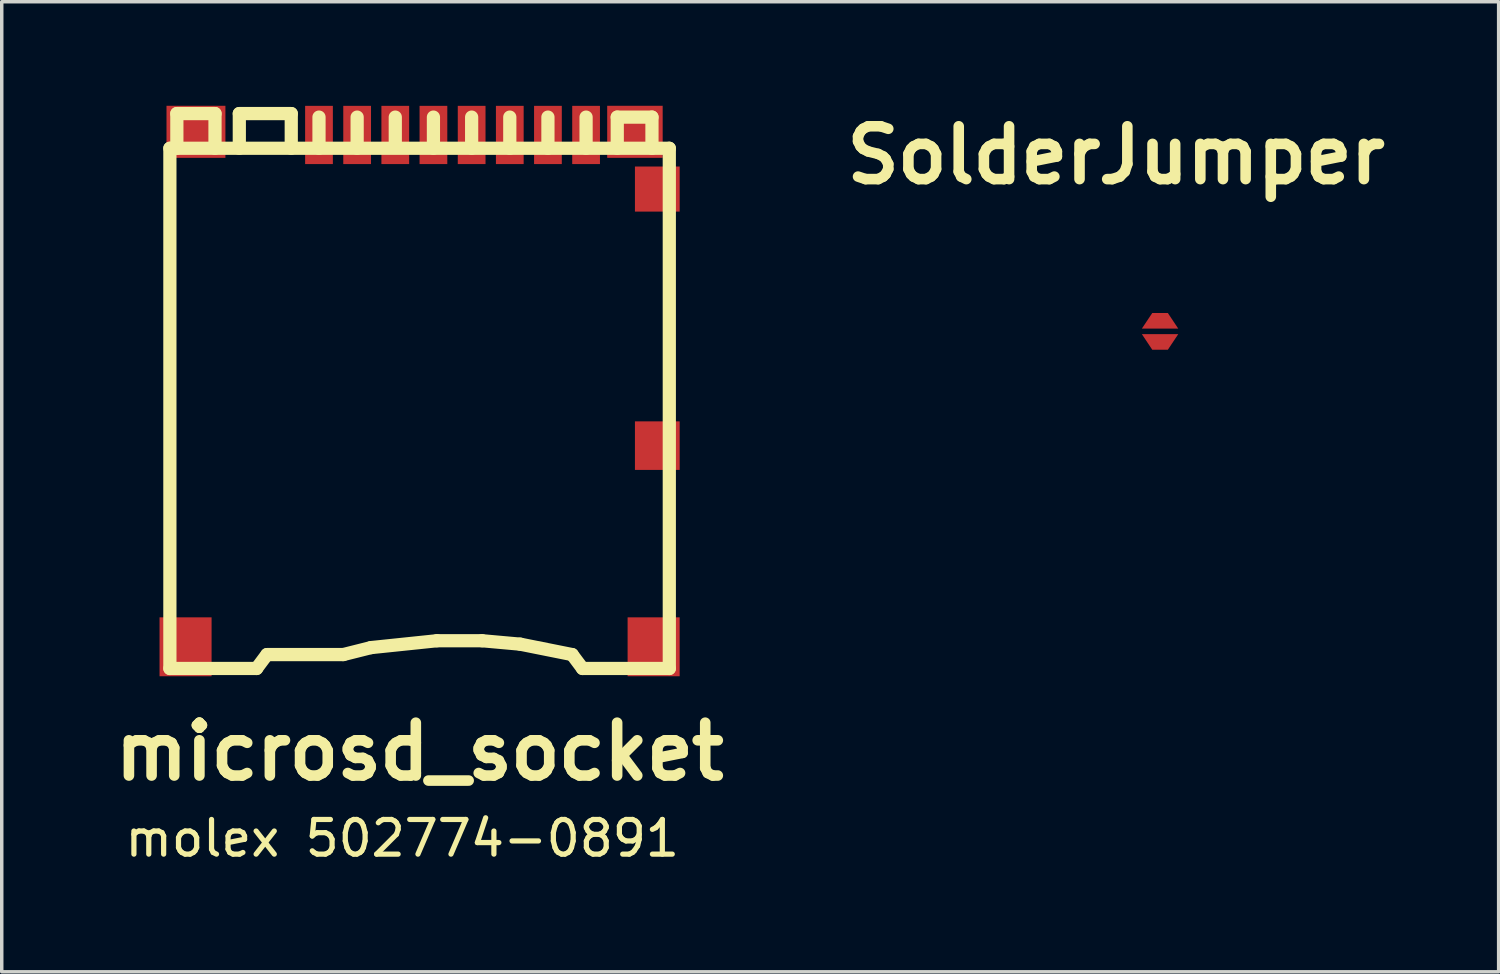
<source format=kicad_pcb>
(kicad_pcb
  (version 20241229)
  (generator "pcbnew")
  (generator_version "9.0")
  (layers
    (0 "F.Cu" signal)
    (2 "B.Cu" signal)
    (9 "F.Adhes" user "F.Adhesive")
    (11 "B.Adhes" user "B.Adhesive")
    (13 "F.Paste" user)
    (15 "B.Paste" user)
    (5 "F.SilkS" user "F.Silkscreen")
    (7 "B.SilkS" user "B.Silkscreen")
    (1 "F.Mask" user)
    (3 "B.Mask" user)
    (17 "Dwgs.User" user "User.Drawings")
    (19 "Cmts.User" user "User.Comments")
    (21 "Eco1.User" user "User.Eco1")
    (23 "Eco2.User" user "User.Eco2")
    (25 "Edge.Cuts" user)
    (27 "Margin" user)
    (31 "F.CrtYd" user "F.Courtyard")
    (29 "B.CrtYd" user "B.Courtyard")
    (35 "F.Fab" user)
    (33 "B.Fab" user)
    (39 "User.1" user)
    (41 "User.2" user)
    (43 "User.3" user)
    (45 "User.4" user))
  (footprint "SolderJumper"
    (layer "F.Cu")
    (at 30.403 6.506)
    (property "Reference" "SolderJumper" (at -1.27 -5.08 0) (layer "F.SilkS") (effects (font (size 1.524 1.524) (thickness 0.305))))
    (attr through_hole)
    (fp_line (start -0.356 0) (end 0.356 0) (stroke (width 0.381) (type solid)) (layer "F.Mask"))
    (pad "1" smd trapezoid (at 0 -0.305) (size 0.749 0.45) (rect_delta 0 0.3) (layers "F.Cu" "F.Mask" "F.Paste"))
    (pad "2" smd trapezoid (at 0 0.305) (size 0.749 0.45) (rect_delta 0 -0.3) (layers "F.Cu" "F.Mask" "F.Paste")))
  (footprint "microsd_socket"
    (layer "F.Cu")
    (at 9.05 8.226)
    (property "Reference" "microsd_socket" (at 0 10.399 0) (layer "F.SilkS") (effects (font (size 1.524 1.524) (thickness 0.305))))
    (attr through_hole)
    (fp_line (start -7.201 -7) (end -7.201 8.001) (stroke (width 0.381) (type solid)) (layer "F.SilkS"))
    (fp_line (start -7 -7) (end -7 -8.001) (stroke (width 0.381) (type solid)) (layer "F.SilkS"))
    (fp_line (start -5.9 -8.001) (end -7 -8.001) (stroke (width 0.381) (type solid)) (layer "F.SilkS"))
    (fp_line (start -5.9 -8.001) (end -5.9 -7) (stroke (width 0.381) (type solid)) (layer "F.SilkS"))
    (fp_line (start -5.199 -8.001) (end -5.199 -7) (stroke (width 0.381) (type solid)) (layer "F.SilkS"))
    (fp_line (start -4.699 8.001) (end -7.201 8.001) (stroke (width 0.381) (type solid)) (layer "F.SilkS"))
    (fp_line (start -4.402 7.6) (end -4.702 8.001) (stroke (width 0.381) (type solid)) (layer "F.SilkS"))
    (fp_line (start -3.701 -8.001) (end -5.199 -8.001) (stroke (width 0.381) (type solid)) (layer "F.SilkS"))
    (fp_line (start -3.701 -7) (end -3.701 -8.001) (stroke (width 0.381) (type solid)) (layer "F.SilkS"))
    (fp_line (start -2.901 -7) (end -2.901 -7.899) (stroke (width 0.381) (type solid)) (layer "F.SilkS"))
    (fp_line (start -2.2 7.6) (end -4.399 7.6) (stroke (width 0.381) (type solid)) (layer "F.SilkS"))
    (fp_line (start -2.2 7.6) (end -1.4 7.399) (stroke (width 0.381) (type solid)) (layer "F.SilkS"))
    (fp_line (start -1.801 -7.899) (end -1.801 -7) (stroke (width 0.381) (type solid)) (layer "F.SilkS"))
    (fp_line (start -1.4 7.399) (end 0.5 7.201) (stroke (width 0.381) (type solid)) (layer "F.SilkS"))
    (fp_line (start -0.701 -7.899) (end -0.701 -7.099) (stroke (width 0.381) (type solid)) (layer "F.SilkS"))
    (fp_line (start 0.399 -7.899) (end 0.399 -7) (stroke (width 0.381) (type solid)) (layer "F.SilkS"))
    (fp_line (start 0.5 7.201) (end 1.801 7.201) (stroke (width 0.381) (type solid)) (layer "F.SilkS"))
    (fp_line (start 1.501 -7.899) (end 1.501 -7) (stroke (width 0.381) (type solid)) (layer "F.SilkS"))
    (fp_line (start 1.801 7.201) (end 2.901 7.3) (stroke (width 0.381) (type solid)) (layer "F.SilkS"))
    (fp_line (start 2.601 -7.899) (end 2.601 -7) (stroke (width 0.381) (type solid)) (layer "F.SilkS"))
    (fp_line (start 2.901 7.3) (end 4.399 7.6) (stroke (width 0.381) (type solid)) (layer "F.SilkS"))
    (fp_line (start 3.701 -7.899) (end 3.701 -7) (stroke (width 0.381) (type solid)) (layer "F.SilkS"))
    (fp_line (start 4.699 8.001) (end 4.399 7.6) (stroke (width 0.381) (type solid)) (layer "F.SilkS"))
    (fp_line (start 4.699 8.001) (end 7.201 8.001) (stroke (width 0.381) (type solid)) (layer "F.SilkS"))
    (fp_line (start 4.801 -7.899) (end 4.801 -7) (stroke (width 0.381) (type solid)) (layer "F.SilkS"))
    (fp_line (start 5.7 -7.899) (end 6.701 -7.899) (stroke (width 0.381) (type solid)) (layer "F.SilkS"))
    (fp_line (start 5.7 -7) (end 5.7 -7.899) (stroke (width 0.381) (type solid)) (layer "F.SilkS"))
    (fp_line (start 6.701 -7.899) (end 6.701 -7) (stroke (width 0.381) (type solid)) (layer "F.SilkS"))
    (fp_line (start 7.201 -7) (end -7.201 -7) (stroke (width 0.381) (type solid)) (layer "F.SilkS"))
    (fp_line (start 7.201 8.001) (end 7.201 -7) (stroke (width 0.381) (type solid)) (layer "F.SilkS"))
    (fp_text user "molex 502774-0891" (at -0.5 12.9 0) (layer "F.SilkS") (effects (font (size 1 1) (thickness 0.15))))
    (pad "" smd rect (at -6.749 7.376) (size 1.501 1.699) (layers "F.Cu" "F.Mask" "F.Paste"))
    (pad "" smd rect (at -6.449 -7.475) (size 1.699 1.501) (layers "F.Cu" "F.Mask" "F.Paste"))
    (pad "" smd rect (at 6.21 -7.475) (size 1.6 1.501) (layers "F.Cu" "F.Mask" "F.Paste"))
    (pad "" smd rect (at 6.749 7.376) (size 1.501 1.699) (layers "F.Cu" "F.Mask" "F.Paste"))
    (pad "1" smd rect (at -2.901 -7.384) (size 0.8 1.679) (layers "F.Cu" "F.Mask" "F.Paste"))
    (pad "2" smd rect (at -1.801 -7.384) (size 0.8 1.679) (layers "F.Cu" "F.Mask" "F.Paste"))
    (pad "3" smd rect (at -0.701 -7.384) (size 0.8 1.679) (layers "F.Cu" "F.Mask" "F.Paste"))
    (pad "4" smd rect (at 0.399 -7.384) (size 0.8 1.679) (layers "F.Cu" "F.Mask" "F.Paste"))
    (pad "5" smd rect (at 1.501 -7.384) (size 0.8 1.679) (layers "F.Cu" "F.Mask" "F.Paste"))
    (pad "6" smd rect (at 2.601 -7.384) (size 0.8 1.679) (layers "F.Cu" "F.Mask" "F.Paste"))
    (pad "7" smd rect (at 3.701 -7.384) (size 0.8 1.679) (layers "F.Cu" "F.Mask" "F.Paste"))
    (pad "8" smd rect (at 4.801 -7.384) (size 0.8 1.679) (layers "F.Cu" "F.Mask" "F.Paste"))
    (pad "CD1" smd rect (at 6.855 1.575) (size 1.29 1.4) (layers "F.Cu" "F.Mask" "F.Paste"))
    (pad "CD2" smd rect (at 6.855 -5.824) (size 1.29 1.3) (layers "F.Cu" "F.Mask" "F.Paste")))
  (gr_rect
    (start -3 -3)
    (end 40.167 24.974)
    (stroke (width 0.1) (type default))
    (fill no)
    (layer "Edge.Cuts")))
</source>
